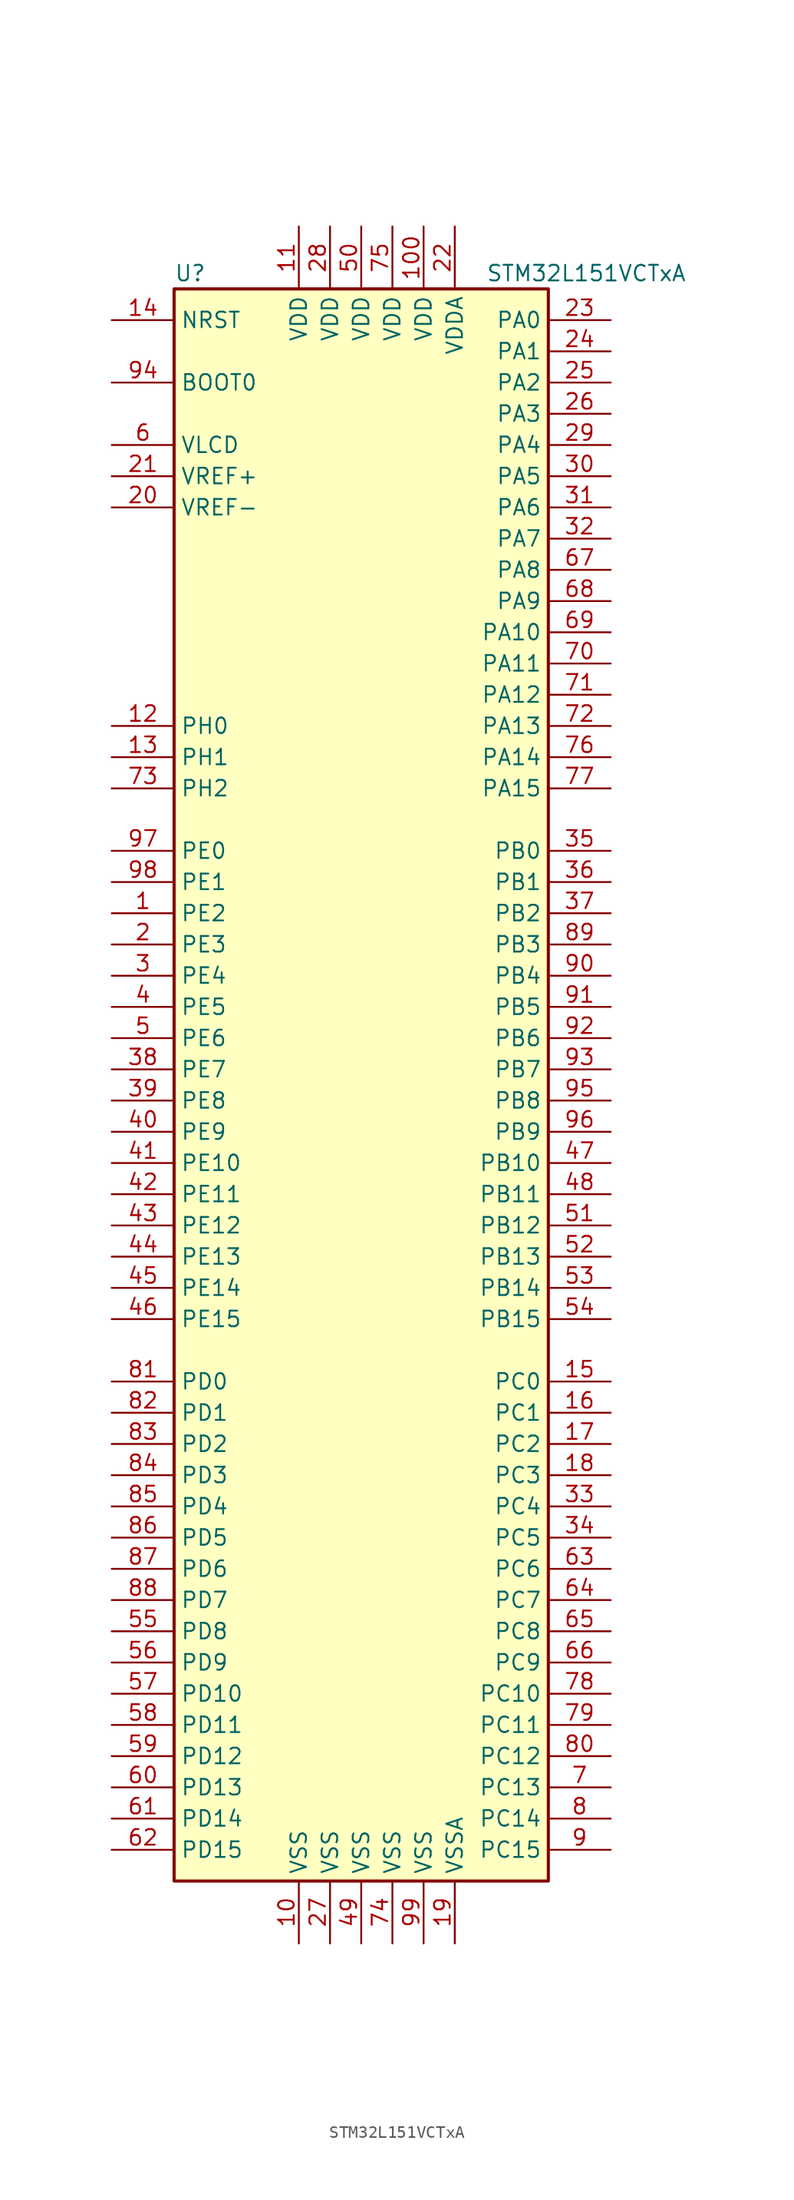
<source format=kicad_sym>
(kicad_symbol_lib
  (version 20201005)
  (generator kicad_symbol_editor)
  (symbol "STM32L151VCTxA"
    (property "Reference" "U"
      (at -15.24 64.77 0)
      (effects (font (size 1.27 1.27)) (justify left)))
    (property "Value" "STM32L151VCTxA"
      (at 10.16 64.77 0)
      (effects (font (size 1.27 1.27)) (justify left)))
    (symbol "STM32L151VCTxA_0_1"
      (rectangle (start -15.24 -66.04) (end 15.24 63.5) (stroke (width 0.254)) (fill (type background))))
    (symbol "STM32L151VCTxA_1_1"
      (pin bidirectional line (at -20.32 12.7 0) (length 5.08) (name "PE2" (effects (font (size 1.27 1.27)))) (number "1" (effects (font (size 1.27 1.27)))))
      (pin power_in line (at -5.08 -71.12 90) (length 5.08) (name "VSS" (effects (font (size 1.27 1.27)))) (number "10" (effects (font (size 1.27 1.27)))))
      (pin power_in line (at 5.08 68.58 270) (length 5.08) (name "VDD" (effects (font (size 1.27 1.27)))) (number "100" (effects (font (size 1.27 1.27)))))
      (pin power_in line (at -5.08 68.58 270) (length 5.08) (name "VDD" (effects (font (size 1.27 1.27)))) (number "11" (effects (font (size 1.27 1.27)))))
      (pin input line (at -20.32 27.94 0) (length 5.08) (name "PH0" (effects (font (size 1.27 1.27)))) (number "12" (effects (font (size 1.27 1.27)))))
      (pin input line (at -20.32 25.4 0) (length 5.08) (name "PH1" (effects (font (size 1.27 1.27)))) (number "13" (effects (font (size 1.27 1.27)))))
      (pin input line (at -20.32 60.96 0) (length 5.08) (name "NRST" (effects (font (size 1.27 1.27)))) (number "14" (effects (font (size 1.27 1.27)))))
      (pin bidirectional line (at 20.32 -25.4 180) (length 5.08) (name "PC0" (effects (font (size 1.27 1.27)))) (number "15" (effects (font (size 1.27 1.27)))))
      (pin bidirectional line (at 20.32 -27.94 180) (length 5.08) (name "PC1" (effects (font (size 1.27 1.27)))) (number "16" (effects (font (size 1.27 1.27)))))
      (pin bidirectional line (at 20.32 -30.48 180) (length 5.08) (name "PC2" (effects (font (size 1.27 1.27)))) (number "17" (effects (font (size 1.27 1.27)))))
      (pin bidirectional line (at 20.32 -33.02 180) (length 5.08) (name "PC3" (effects (font (size 1.27 1.27)))) (number "18" (effects (font (size 1.27 1.27)))))
      (pin power_in line (at 7.62 -71.12 90) (length 5.08) (name "VSSA" (effects (font (size 1.27 1.27)))) (number "19" (effects (font (size 1.27 1.27)))))
      (pin bidirectional line (at -20.32 10.16 0) (length 5.08) (name "PE3" (effects (font (size 1.27 1.27)))) (number "2" (effects (font (size 1.27 1.27)))))
      (pin power_in line (at -20.32 45.72 0) (length 5.08) (name "VREF-" (effects (font (size 1.27 1.27)))) (number "20" (effects (font (size 1.27 1.27)))))
      (pin power_in line (at -20.32 48.26 0) (length 5.08) (name "VREF+" (effects (font (size 1.27 1.27)))) (number "21" (effects (font (size 1.27 1.27)))))
      (pin power_in line (at 7.62 68.58 270) (length 5.08) (name "VDDA" (effects (font (size 1.27 1.27)))) (number "22" (effects (font (size 1.27 1.27)))))
      (pin bidirectional line (at 20.32 60.96 180) (length 5.08) (name "PA0" (effects (font (size 1.27 1.27)))) (number "23" (effects (font (size 1.27 1.27)))))
      (pin bidirectional line (at 20.32 58.42 180) (length 5.08) (name "PA1" (effects (font (size 1.27 1.27)))) (number "24" (effects (font (size 1.27 1.27)))))
      (pin bidirectional line (at 20.32 55.88 180) (length 5.08) (name "PA2" (effects (font (size 1.27 1.27)))) (number "25" (effects (font (size 1.27 1.27)))))
      (pin bidirectional line (at 20.32 53.34 180) (length 5.08) (name "PA3" (effects (font (size 1.27 1.27)))) (number "26" (effects (font (size 1.27 1.27)))))
      (pin power_in line (at -2.54 -71.12 90) (length 5.08) (name "VSS" (effects (font (size 1.27 1.27)))) (number "27" (effects (font (size 1.27 1.27)))))
      (pin power_in line (at -2.54 68.58 270) (length 5.08) (name "VDD" (effects (font (size 1.27 1.27)))) (number "28" (effects (font (size 1.27 1.27)))))
      (pin bidirectional line (at 20.32 50.8 180) (length 5.08) (name "PA4" (effects (font (size 1.27 1.27)))) (number "29" (effects (font (size 1.27 1.27)))))
      (pin bidirectional line (at -20.32 7.62 0) (length 5.08) (name "PE4" (effects (font (size 1.27 1.27)))) (number "3" (effects (font (size 1.27 1.27)))))
      (pin bidirectional line (at 20.32 48.26 180) (length 5.08) (name "PA5" (effects (font (size 1.27 1.27)))) (number "30" (effects (font (size 1.27 1.27)))))
      (pin bidirectional line (at 20.32 45.72 180) (length 5.08) (name "PA6" (effects (font (size 1.27 1.27)))) (number "31" (effects (font (size 1.27 1.27)))))
      (pin bidirectional line (at 20.32 43.18 180) (length 5.08) (name "PA7" (effects (font (size 1.27 1.27)))) (number "32" (effects (font (size 1.27 1.27)))))
      (pin bidirectional line (at 20.32 -35.56 180) (length 5.08) (name "PC4" (effects (font (size 1.27 1.27)))) (number "33" (effects (font (size 1.27 1.27)))))
      (pin bidirectional line (at 20.32 -38.1 180) (length 5.08) (name "PC5" (effects (font (size 1.27 1.27)))) (number "34" (effects (font (size 1.27 1.27)))))
      (pin bidirectional line (at 20.32 17.78 180) (length 5.08) (name "PB0" (effects (font (size 1.27 1.27)))) (number "35" (effects (font (size 1.27 1.27)))))
      (pin bidirectional line (at 20.32 15.24 180) (length 5.08) (name "PB1" (effects (font (size 1.27 1.27)))) (number "36" (effects (font (size 1.27 1.27)))))
      (pin bidirectional line (at 20.32 12.7 180) (length 5.08) (name "PB2" (effects (font (size 1.27 1.27)))) (number "37" (effects (font (size 1.27 1.27)))))
      (pin bidirectional line (at -20.32 0 0) (length 5.08) (name "PE7" (effects (font (size 1.27 1.27)))) (number "38" (effects (font (size 1.27 1.27)))))
      (pin bidirectional line (at -20.32 -2.54 0) (length 5.08) (name "PE8" (effects (font (size 1.27 1.27)))) (number "39" (effects (font (size 1.27 1.27)))))
      (pin bidirectional line (at -20.32 5.08 0) (length 5.08) (name "PE5" (effects (font (size 1.27 1.27)))) (number "4" (effects (font (size 1.27 1.27)))))
      (pin bidirectional line (at -20.32 -5.08 0) (length 5.08) (name "PE9" (effects (font (size 1.27 1.27)))) (number "40" (effects (font (size 1.27 1.27)))))
      (pin bidirectional line (at -20.32 -7.62 0) (length 5.08) (name "PE10" (effects (font (size 1.27 1.27)))) (number "41" (effects (font (size 1.27 1.27)))))
      (pin bidirectional line (at -20.32 -10.16 0) (length 5.08) (name "PE11" (effects (font (size 1.27 1.27)))) (number "42" (effects (font (size 1.27 1.27)))))
      (pin bidirectional line (at -20.32 -12.7 0) (length 5.08) (name "PE12" (effects (font (size 1.27 1.27)))) (number "43" (effects (font (size 1.27 1.27)))))
      (pin bidirectional line (at -20.32 -15.24 0) (length 5.08) (name "PE13" (effects (font (size 1.27 1.27)))) (number "44" (effects (font (size 1.27 1.27)))))
      (pin bidirectional line (at -20.32 -17.78 0) (length 5.08) (name "PE14" (effects (font (size 1.27 1.27)))) (number "45" (effects (font (size 1.27 1.27)))))
      (pin bidirectional line (at -20.32 -20.32 0) (length 5.08) (name "PE15" (effects (font (size 1.27 1.27)))) (number "46" (effects (font (size 1.27 1.27)))))
      (pin bidirectional line (at 20.32 -7.62 180) (length 5.08) (name "PB10" (effects (font (size 1.27 1.27)))) (number "47" (effects (font (size 1.27 1.27)))))
      (pin bidirectional line (at 20.32 -10.16 180) (length 5.08) (name "PB11" (effects (font (size 1.27 1.27)))) (number "48" (effects (font (size 1.27 1.27)))))
      (pin power_in line (at 0 -71.12 90) (length 5.08) (name "VSS" (effects (font (size 1.27 1.27)))) (number "49" (effects (font (size 1.27 1.27)))))
      (pin bidirectional line (at -20.32 2.54 0) (length 5.08) (name "PE6" (effects (font (size 1.27 1.27)))) (number "5" (effects (font (size 1.27 1.27)))))
      (pin power_in line (at 0 68.58 270) (length 5.08) (name "VDD" (effects (font (size 1.27 1.27)))) (number "50" (effects (font (size 1.27 1.27)))))
      (pin bidirectional line (at 20.32 -12.7 180) (length 5.08) (name "PB12" (effects (font (size 1.27 1.27)))) (number "51" (effects (font (size 1.27 1.27)))))
      (pin bidirectional line (at 20.32 -15.24 180) (length 5.08) (name "PB13" (effects (font (size 1.27 1.27)))) (number "52" (effects (font (size 1.27 1.27)))))
      (pin bidirectional line (at 20.32 -17.78 180) (length 5.08) (name "PB14" (effects (font (size 1.27 1.27)))) (number "53" (effects (font (size 1.27 1.27)))))
      (pin bidirectional line (at 20.32 -20.32 180) (length 5.08) (name "PB15" (effects (font (size 1.27 1.27)))) (number "54" (effects (font (size 1.27 1.27)))))
      (pin bidirectional line (at -20.32 -45.72 0) (length 5.08) (name "PD8" (effects (font (size 1.27 1.27)))) (number "55" (effects (font (size 1.27 1.27)))))
      (pin bidirectional line (at -20.32 -48.26 0) (length 5.08) (name "PD9" (effects (font (size 1.27 1.27)))) (number "56" (effects (font (size 1.27 1.27)))))
      (pin bidirectional line (at -20.32 -50.8 0) (length 5.08) (name "PD10" (effects (font (size 1.27 1.27)))) (number "57" (effects (font (size 1.27 1.27)))))
      (pin bidirectional line (at -20.32 -53.34 0) (length 5.08) (name "PD11" (effects (font (size 1.27 1.27)))) (number "58" (effects (font (size 1.27 1.27)))))
      (pin bidirectional line (at -20.32 -55.88 0) (length 5.08) (name "PD12" (effects (font (size 1.27 1.27)))) (number "59" (effects (font (size 1.27 1.27)))))
      (pin power_in line (at -20.32 50.8 0) (length 5.08) (name "VLCD" (effects (font (size 1.27 1.27)))) (number "6" (effects (font (size 1.27 1.27)))))
      (pin bidirectional line (at -20.32 -58.42 0) (length 5.08) (name "PD13" (effects (font (size 1.27 1.27)))) (number "60" (effects (font (size 1.27 1.27)))))
      (pin bidirectional line (at -20.32 -60.96 0) (length 5.08) (name "PD14" (effects (font (size 1.27 1.27)))) (number "61" (effects (font (size 1.27 1.27)))))
      (pin bidirectional line (at -20.32 -63.5 0) (length 5.08) (name "PD15" (effects (font (size 1.27 1.27)))) (number "62" (effects (font (size 1.27 1.27)))))
      (pin bidirectional line (at 20.32 -40.64 180) (length 5.08) (name "PC6" (effects (font (size 1.27 1.27)))) (number "63" (effects (font (size 1.27 1.27)))))
      (pin bidirectional line (at 20.32 -43.18 180) (length 5.08) (name "PC7" (effects (font (size 1.27 1.27)))) (number "64" (effects (font (size 1.27 1.27)))))
      (pin bidirectional line (at 20.32 -45.72 180) (length 5.08) (name "PC8" (effects (font (size 1.27 1.27)))) (number "65" (effects (font (size 1.27 1.27)))))
      (pin bidirectional line (at 20.32 -48.26 180) (length 5.08) (name "PC9" (effects (font (size 1.27 1.27)))) (number "66" (effects (font (size 1.27 1.27)))))
      (pin bidirectional line (at 20.32 40.64 180) (length 5.08) (name "PA8" (effects (font (size 1.27 1.27)))) (number "67" (effects (font (size 1.27 1.27)))))
      (pin bidirectional line (at 20.32 38.1 180) (length 5.08) (name "PA9" (effects (font (size 1.27 1.27)))) (number "68" (effects (font (size 1.27 1.27)))))
      (pin bidirectional line (at 20.32 35.56 180) (length 5.08) (name "PA10" (effects (font (size 1.27 1.27)))) (number "69" (effects (font (size 1.27 1.27)))))
      (pin bidirectional line (at 20.32 -58.42 180) (length 5.08) (name "PC13" (effects (font (size 1.27 1.27)))) (number "7" (effects (font (size 1.27 1.27)))))
      (pin bidirectional line (at 20.32 33.02 180) (length 5.08) (name "PA11" (effects (font (size 1.27 1.27)))) (number "70" (effects (font (size 1.27 1.27)))))
      (pin bidirectional line (at 20.32 30.48 180) (length 5.08) (name "PA12" (effects (font (size 1.27 1.27)))) (number "71" (effects (font (size 1.27 1.27)))))
      (pin bidirectional line (at 20.32 27.94 180) (length 5.08) (name "PA13" (effects (font (size 1.27 1.27)))) (number "72" (effects (font (size 1.27 1.27)))))
      (pin bidirectional line (at -20.32 22.86 0) (length 5.08) (name "PH2" (effects (font (size 1.27 1.27)))) (number "73" (effects (font (size 1.27 1.27)))))
      (pin power_in line (at 2.54 -71.12 90) (length 5.08) (name "VSS" (effects (font (size 1.27 1.27)))) (number "74" (effects (font (size 1.27 1.27)))))
      (pin power_in line (at 2.54 68.58 270) (length 5.08) (name "VDD" (effects (font (size 1.27 1.27)))) (number "75" (effects (font (size 1.27 1.27)))))
      (pin bidirectional line (at 20.32 25.4 180) (length 5.08) (name "PA14" (effects (font (size 1.27 1.27)))) (number "76" (effects (font (size 1.27 1.27)))))
      (pin bidirectional line (at 20.32 22.86 180) (length 5.08) (name "PA15" (effects (font (size 1.27 1.27)))) (number "77" (effects (font (size 1.27 1.27)))))
      (pin bidirectional line (at 20.32 -50.8 180) (length 5.08) (name "PC10" (effects (font (size 1.27 1.27)))) (number "78" (effects (font (size 1.27 1.27)))))
      (pin bidirectional line (at 20.32 -53.34 180) (length 5.08) (name "PC11" (effects (font (size 1.27 1.27)))) (number "79" (effects (font (size 1.27 1.27)))))
      (pin bidirectional line (at 20.32 -60.96 180) (length 5.08) (name "PC14" (effects (font (size 1.27 1.27)))) (number "8" (effects (font (size 1.27 1.27)))))
      (pin bidirectional line (at 20.32 -55.88 180) (length 5.08) (name "PC12" (effects (font (size 1.27 1.27)))) (number "80" (effects (font (size 1.27 1.27)))))
      (pin bidirectional line (at -20.32 -25.4 0) (length 5.08) (name "PD0" (effects (font (size 1.27 1.27)))) (number "81" (effects (font (size 1.27 1.27)))))
      (pin bidirectional line (at -20.32 -27.94 0) (length 5.08) (name "PD1" (effects (font (size 1.27 1.27)))) (number "82" (effects (font (size 1.27 1.27)))))
      (pin bidirectional line (at -20.32 -30.48 0) (length 5.08) (name "PD2" (effects (font (size 1.27 1.27)))) (number "83" (effects (font (size 1.27 1.27)))))
      (pin bidirectional line (at -20.32 -33.02 0) (length 5.08) (name "PD3" (effects (font (size 1.27 1.27)))) (number "84" (effects (font (size 1.27 1.27)))))
      (pin bidirectional line (at -20.32 -35.56 0) (length 5.08) (name "PD4" (effects (font (size 1.27 1.27)))) (number "85" (effects (font (size 1.27 1.27)))))
      (pin bidirectional line (at -20.32 -38.1 0) (length 5.08) (name "PD5" (effects (font (size 1.27 1.27)))) (number "86" (effects (font (size 1.27 1.27)))))
      (pin bidirectional line (at -20.32 -40.64 0) (length 5.08) (name "PD6" (effects (font (size 1.27 1.27)))) (number "87" (effects (font (size 1.27 1.27)))))
      (pin bidirectional line (at -20.32 -43.18 0) (length 5.08) (name "PD7" (effects (font (size 1.27 1.27)))) (number "88" (effects (font (size 1.27 1.27)))))
      (pin bidirectional line (at 20.32 10.16 180) (length 5.08) (name "PB3" (effects (font (size 1.27 1.27)))) (number "89" (effects (font (size 1.27 1.27)))))
      (pin bidirectional line (at 20.32 -63.5 180) (length 5.08) (name "PC15" (effects (font (size 1.27 1.27)))) (number "9" (effects (font (size 1.27 1.27)))))
      (pin bidirectional line (at 20.32 7.62 180) (length 5.08) (name "PB4" (effects (font (size 1.27 1.27)))) (number "90" (effects (font (size 1.27 1.27)))))
      (pin bidirectional line (at 20.32 5.08 180) (length 5.08) (name "PB5" (effects (font (size 1.27 1.27)))) (number "91" (effects (font (size 1.27 1.27)))))
      (pin bidirectional line (at 20.32 2.54 180) (length 5.08) (name "PB6" (effects (font (size 1.27 1.27)))) (number "92" (effects (font (size 1.27 1.27)))))
      (pin bidirectional line (at 20.32 0 180) (length 5.08) (name "PB7" (effects (font (size 1.27 1.27)))) (number "93" (effects (font (size 1.27 1.27)))))
      (pin input line (at -20.32 55.88 0) (length 5.08) (name "BOOT0" (effects (font (size 1.27 1.27)))) (number "94" (effects (font (size 1.27 1.27)))))
      (pin bidirectional line (at 20.32 -2.54 180) (length 5.08) (name "PB8" (effects (font (size 1.27 1.27)))) (number "95" (effects (font (size 1.27 1.27)))))
      (pin bidirectional line (at 20.32 -5.08 180) (length 5.08) (name "PB9" (effects (font (size 1.27 1.27)))) (number "96" (effects (font (size 1.27 1.27)))))
      (pin bidirectional line (at -20.32 17.78 0) (length 5.08) (name "PE0" (effects (font (size 1.27 1.27)))) (number "97" (effects (font (size 1.27 1.27)))))
      (pin bidirectional line (at -20.32 15.24 0) (length 5.08) (name "PE1" (effects (font (size 1.27 1.27)))) (number "98" (effects (font (size 1.27 1.27)))))
      (pin power_in line (at 5.08 -71.12 90) (length 5.08) (name "VSS" (effects (font (size 1.27 1.27)))) (number "99" (effects (font (size 1.27 1.27))))))))
</source>
